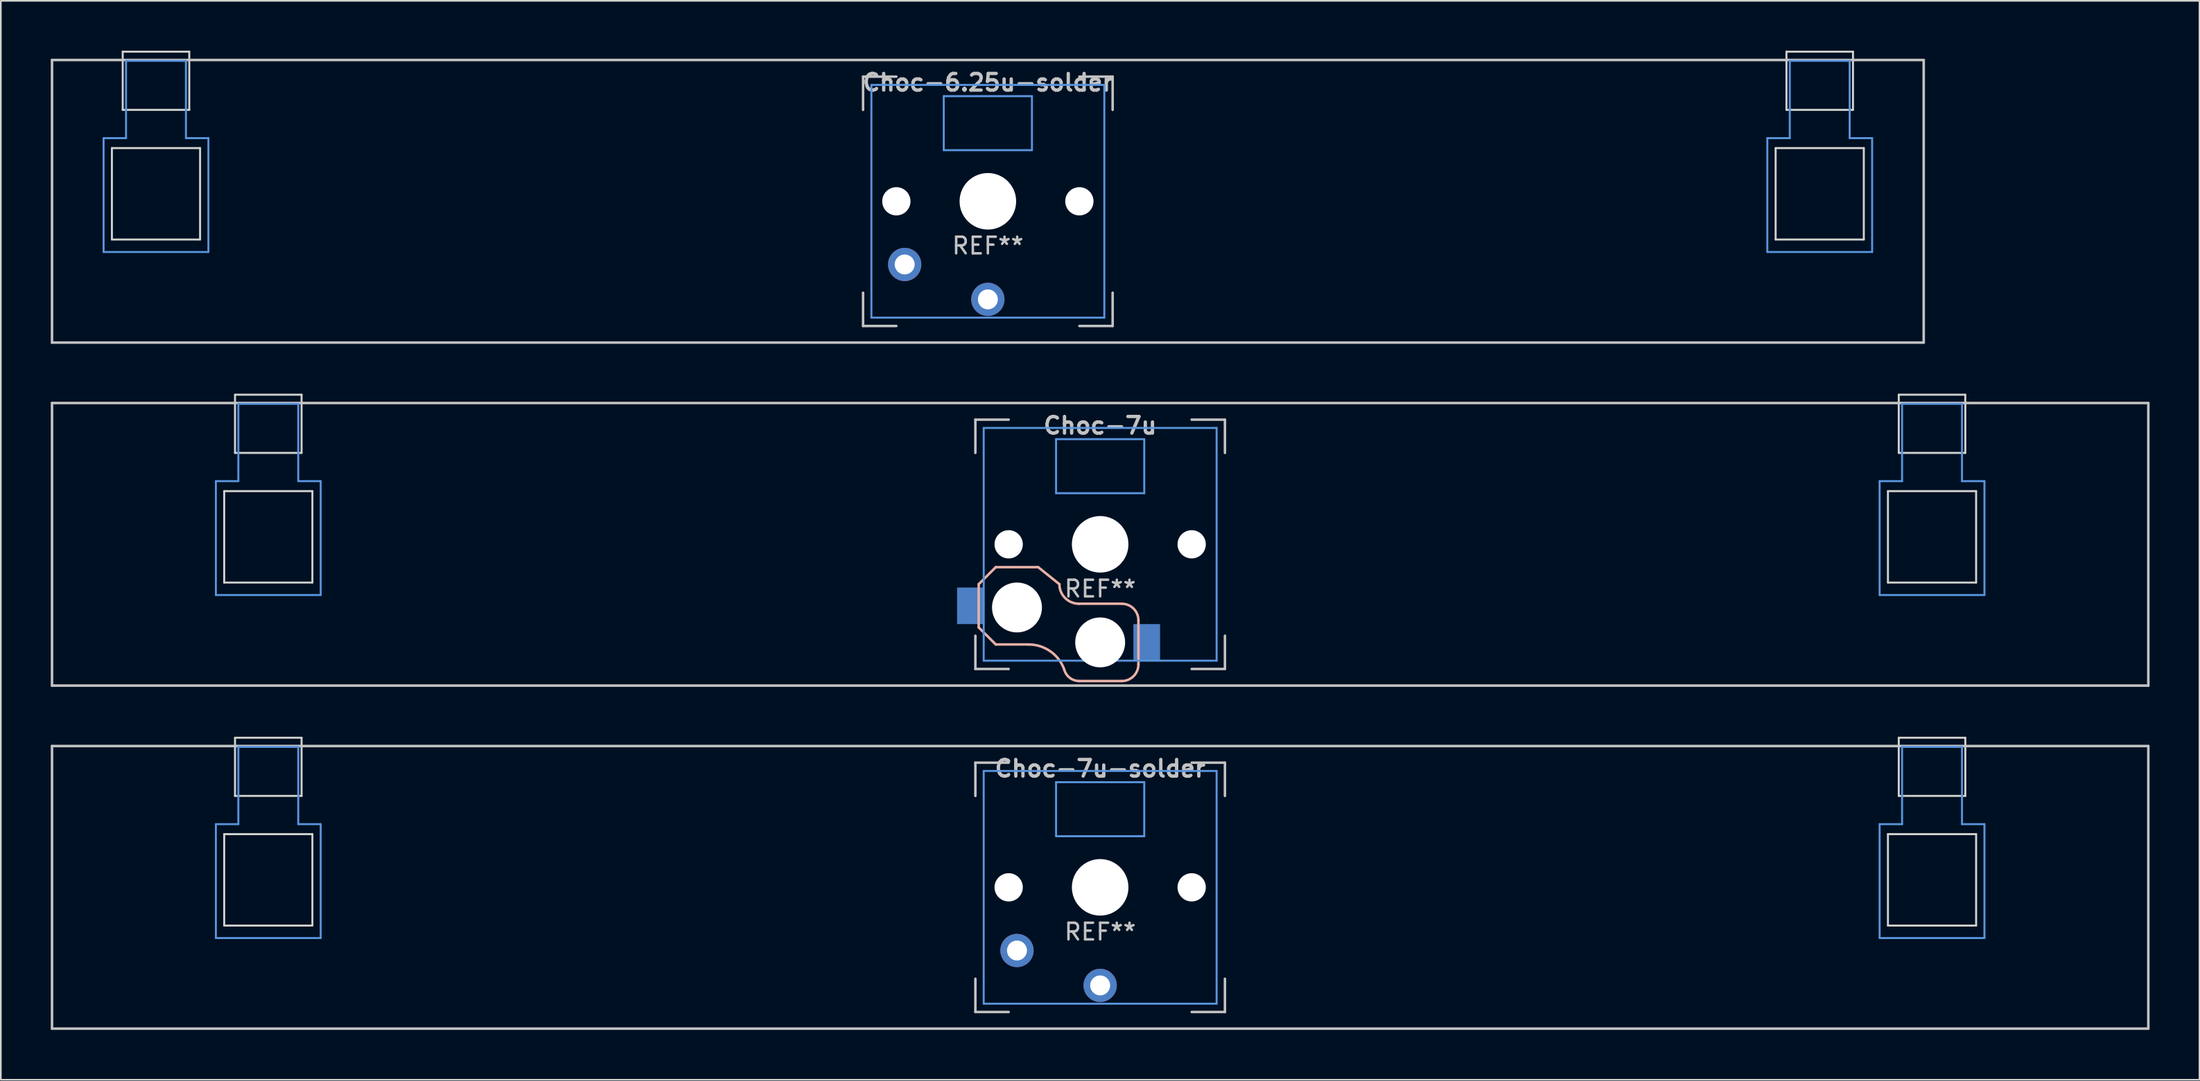
<source format=kicad_pcb>
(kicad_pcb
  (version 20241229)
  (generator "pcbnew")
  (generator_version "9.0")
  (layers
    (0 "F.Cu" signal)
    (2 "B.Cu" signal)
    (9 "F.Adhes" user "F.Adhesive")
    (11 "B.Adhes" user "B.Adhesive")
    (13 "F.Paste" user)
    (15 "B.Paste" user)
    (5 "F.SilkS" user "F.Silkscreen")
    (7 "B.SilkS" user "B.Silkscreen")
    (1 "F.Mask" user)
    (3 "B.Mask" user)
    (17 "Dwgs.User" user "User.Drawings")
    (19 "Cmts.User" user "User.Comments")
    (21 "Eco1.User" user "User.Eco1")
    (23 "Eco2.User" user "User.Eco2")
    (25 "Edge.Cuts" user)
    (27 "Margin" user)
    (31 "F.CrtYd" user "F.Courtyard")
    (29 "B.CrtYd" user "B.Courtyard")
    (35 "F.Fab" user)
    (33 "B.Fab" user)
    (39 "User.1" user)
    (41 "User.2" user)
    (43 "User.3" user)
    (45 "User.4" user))
  (footprint "Choc-6.25u-solder"
    (layer "F.Cu")
    (at 56.326 9.06)
    (property "Reference" "Choc-6.25u-solder" (at 0 -7.144 180) (layer "Dwgs.User") (effects (font (size 1 1) (thickness 0.2))))
    (attr through_hole)
    (fp_line (start -56.25 -8.5) (end 56.25 -8.5) (stroke (width 0.152) (type solid)) (layer "Dwgs.User"))
    (fp_line (start -56.25 8.5) (end -56.25 -8.5) (stroke (width 0.152) (type solid)) (layer "Dwgs.User"))
    (fp_line (start -7.5 -7.5) (end -7.5 -5.5) (stroke (width 0.15) (type solid)) (layer "Dwgs.User"))
    (fp_line (start -7.5 7.5) (end -7.5 5.5) (stroke (width 0.15) (type solid)) (layer "Dwgs.User"))
    (fp_line (start -5.5 -7.5) (end -7.5 -7.5) (stroke (width 0.15) (type solid)) (layer "Dwgs.User"))
    (fp_line (start -5.5 7.5) (end -7.5 7.5) (stroke (width 0.15) (type solid)) (layer "Dwgs.User"))
    (fp_line (start 5.5 -7.5) (end 7.5 -7.5) (stroke (width 0.15) (type solid)) (layer "Dwgs.User"))
    (fp_line (start 5.5 7.5) (end 7.5 7.5) (stroke (width 0.15) (type solid)) (layer "Dwgs.User"))
    (fp_line (start 7.5 -7.5) (end 7.5 -5.5) (stroke (width 0.15) (type solid)) (layer "Dwgs.User"))
    (fp_line (start 7.5 7.5) (end 7.5 5.5) (stroke (width 0.15) (type solid)) (layer "Dwgs.User"))
    (fp_line (start 56.25 -8.5) (end 56.25 8.5) (stroke (width 0.152) (type solid)) (layer "Dwgs.User"))
    (fp_line (start 56.25 8.5) (end -56.25 8.5) (stroke (width 0.152) (type solid)) (layer "Dwgs.User"))
    (fp_line (start -53.15 -3.8) (end -51.8 -3.8) (stroke (width 0.12) (type solid)) (layer "Cmts.User"))
    (fp_line (start -53.15 3.05) (end -53.15 -3.8) (stroke (width 0.12) (type solid)) (layer "Cmts.User"))
    (fp_line (start -53.15 3.05) (end -46.85 3.05) (stroke (width 0.12) (type solid)) (layer "Cmts.User"))
    (fp_line (start -51.8 -8.45) (end -51.8 -3.8) (stroke (width 0.12) (type solid)) (layer "Cmts.User"))
    (fp_line (start -51.8 -8.45) (end -48.2 -8.45) (stroke (width 0.12) (type solid)) (layer "Cmts.User"))
    (fp_line (start -48.2 -8.45) (end -48.2 -3.8) (stroke (width 0.12) (type solid)) (layer "Cmts.User"))
    (fp_line (start -48.2 -3.8) (end -46.85 -3.8) (stroke (width 0.12) (type solid)) (layer "Cmts.User"))
    (fp_line (start -46.85 3.05) (end -46.85 -3.8) (stroke (width 0.12) (type solid)) (layer "Cmts.User"))
    (fp_line (start -7 -7) (end -7 7) (stroke (width 0.12) (type solid)) (layer "Cmts.User"))
    (fp_line (start -7 7) (end 7 7) (stroke (width 0.12) (type solid)) (layer "Cmts.User"))
    (fp_line (start -2.65 -6.325) (end 2.65 -6.325) (stroke (width 0.12) (type solid)) (layer "Cmts.User"))
    (fp_line (start -2.65 -3.075) (end -2.65 -6.325) (stroke (width 0.12) (type solid)) (layer "Cmts.User"))
    (fp_line (start 2.65 -6.325) (end 2.65 -3.075) (stroke (width 0.12) (type solid)) (layer "Cmts.User"))
    (fp_line (start 2.65 -3.075) (end -2.65 -3.075) (stroke (width 0.12) (type solid)) (layer "Cmts.User"))
    (fp_line (start 7 -7) (end -7 -7) (stroke (width 0.12) (type solid)) (layer "Cmts.User"))
    (fp_line (start 7 7) (end 7 -7) (stroke (width 0.12) (type solid)) (layer "Cmts.User"))
    (fp_line (start 46.85 -3.8) (end 48.2 -3.8) (stroke (width 0.12) (type solid)) (layer "Cmts.User"))
    (fp_line (start 46.85 3.05) (end 46.85 -3.8) (stroke (width 0.12) (type solid)) (layer "Cmts.User"))
    (fp_line (start 46.85 3.05) (end 53.15 3.05) (stroke (width 0.12) (type solid)) (layer "Cmts.User"))
    (fp_line (start 48.2 -8.45) (end 48.2 -3.8) (stroke (width 0.12) (type solid)) (layer "Cmts.User"))
    (fp_line (start 48.2 -8.45) (end 51.8 -8.45) (stroke (width 0.12) (type solid)) (layer "Cmts.User"))
    (fp_line (start 51.8 -8.45) (end 51.8 -3.8) (stroke (width 0.12) (type solid)) (layer "Cmts.User"))
    (fp_line (start 51.8 -3.8) (end 53.15 -3.8) (stroke (width 0.12) (type solid)) (layer "Cmts.User"))
    (fp_line (start 53.15 3.05) (end 53.15 -3.8) (stroke (width 0.12) (type solid)) (layer "Cmts.User"))
    (fp_line (start -52.65 -3.2) (end -52.65 2.3) (stroke (width 0.12) (type solid)) (layer "Edge.Cuts"))
    (fp_line (start -52.65 -3.2) (end -47.35 -3.2) (stroke (width 0.12) (type solid)) (layer "Edge.Cuts"))
    (fp_line (start -52.65 2.3) (end -47.35 2.3) (stroke (width 0.12) (type solid)) (layer "Edge.Cuts"))
    (fp_line (start -52 -9) (end -52 -5.5) (stroke (width 0.12) (type solid)) (layer "Edge.Cuts"))
    (fp_line (start -52 -9) (end -48 -9) (stroke (width 0.12) (type solid)) (layer "Edge.Cuts"))
    (fp_line (start -52 -5.5) (end -48 -5.5) (stroke (width 0.12) (type solid)) (layer "Edge.Cuts"))
    (fp_line (start -48 -5.5) (end -48 -9) (stroke (width 0.12) (type solid)) (layer "Edge.Cuts"))
    (fp_line (start -47.35 2.3) (end -47.35 -3.2) (stroke (width 0.12) (type solid)) (layer "Edge.Cuts"))
    (fp_line (start 47.35 -3.2) (end 47.35 2.3) (stroke (width 0.12) (type solid)) (layer "Edge.Cuts"))
    (fp_line (start 47.35 -3.2) (end 52.65 -3.2) (stroke (width 0.12) (type solid)) (layer "Edge.Cuts"))
    (fp_line (start 47.35 2.3) (end 52.65 2.3) (stroke (width 0.12) (type solid)) (layer "Edge.Cuts"))
    (fp_line (start 48 -9) (end 48 -5.5) (stroke (width 0.12) (type solid)) (layer "Edge.Cuts"))
    (fp_line (start 48 -9) (end 52 -9) (stroke (width 0.12) (type solid)) (layer "Edge.Cuts"))
    (fp_line (start 48 -5.5) (end 52 -5.5) (stroke (width 0.12) (type solid)) (layer "Edge.Cuts"))
    (fp_line (start 52 -5.5) (end 52 -9) (stroke (width 0.12) (type solid)) (layer "Edge.Cuts"))
    (fp_line (start 52.65 2.3) (end 52.65 -3.2) (stroke (width 0.12) (type solid)) (layer "Edge.Cuts"))
    (fp_text user "REF**" (at 0 2.675 0) (layer "Dwgs.User") (effects (font (size 1 1) (thickness 0.15))))
    (pad "" np_thru_hole circle (at -5.5 0 180) (size 1.7 1.7) (drill 1.7) (layers "*.Cu" "*.Mask"))
    (pad "" np_thru_hole circle (at 0 0 90) (size 3.4 3.4) (drill 3.4) (layers "*.Cu" "*.Mask"))
    (pad "" np_thru_hole circle (at 5.5 0 180) (size 1.7 1.7) (drill 1.7) (layers "*.Cu" "*.Mask"))
    (pad "1" thru_hole circle (at 0 5.9 180) (size 2 2) (drill 1.2) (layers "*.Cu" "*.Mask"))
    (pad "2" thru_hole circle (at -5 3.8 41.9) (size 2 2) (drill 1.2) (layers "*.Cu" "*.Mask")))
  (footprint "Choc-7u-solder"
    (layer "F.Cu")
    (at 63.076 50.332)
    (property "Reference" "Choc-7u-solder" (at 0 -7.144 180) (layer "Dwgs.User") (effects (font (size 1 1) (thickness 0.2))))
    (attr through_hole)
    (fp_line (start -63 -8.5) (end 63 -8.5) (stroke (width 0.152) (type solid)) (layer "Dwgs.User"))
    (fp_line (start -63 8.5) (end -63 -8.5) (stroke (width 0.152) (type solid)) (layer "Dwgs.User"))
    (fp_line (start -7.5 -7.5) (end -7.5 -5.5) (stroke (width 0.15) (type solid)) (layer "Dwgs.User"))
    (fp_line (start -7.5 7.5) (end -7.5 5.5) (stroke (width 0.15) (type solid)) (layer "Dwgs.User"))
    (fp_line (start -5.5 -7.5) (end -7.5 -7.5) (stroke (width 0.15) (type solid)) (layer "Dwgs.User"))
    (fp_line (start -5.5 7.5) (end -7.5 7.5) (stroke (width 0.15) (type solid)) (layer "Dwgs.User"))
    (fp_line (start 5.5 -7.5) (end 7.5 -7.5) (stroke (width 0.15) (type solid)) (layer "Dwgs.User"))
    (fp_line (start 5.5 7.5) (end 7.5 7.5) (stroke (width 0.15) (type solid)) (layer "Dwgs.User"))
    (fp_line (start 7.5 -7.5) (end 7.5 -5.5) (stroke (width 0.15) (type solid)) (layer "Dwgs.User"))
    (fp_line (start 7.5 7.5) (end 7.5 5.5) (stroke (width 0.15) (type solid)) (layer "Dwgs.User"))
    (fp_line (start 63 -8.5) (end 63 8.5) (stroke (width 0.152) (type solid)) (layer "Dwgs.User"))
    (fp_line (start 63 8.5) (end -63 8.5) (stroke (width 0.152) (type solid)) (layer "Dwgs.User"))
    (fp_line (start -53.15 -3.8) (end -51.8 -3.8) (stroke (width 0.12) (type solid)) (layer "Cmts.User"))
    (fp_line (start -53.15 3.05) (end -53.15 -3.8) (stroke (width 0.12) (type solid)) (layer "Cmts.User"))
    (fp_line (start -53.15 3.05) (end -46.85 3.05) (stroke (width 0.12) (type solid)) (layer "Cmts.User"))
    (fp_line (start -51.8 -8.45) (end -51.8 -3.8) (stroke (width 0.12) (type solid)) (layer "Cmts.User"))
    (fp_line (start -51.8 -8.45) (end -48.2 -8.45) (stroke (width 0.12) (type solid)) (layer "Cmts.User"))
    (fp_line (start -48.2 -8.45) (end -48.2 -3.8) (stroke (width 0.12) (type solid)) (layer "Cmts.User"))
    (fp_line (start -48.2 -3.8) (end -46.85 -3.8) (stroke (width 0.12) (type solid)) (layer "Cmts.User"))
    (fp_line (start -46.85 3.05) (end -46.85 -3.8) (stroke (width 0.12) (type solid)) (layer "Cmts.User"))
    (fp_line (start -7 -7) (end -7 7) (stroke (width 0.12) (type solid)) (layer "Cmts.User"))
    (fp_line (start -7 7) (end 7 7) (stroke (width 0.12) (type solid)) (layer "Cmts.User"))
    (fp_line (start -2.65 -6.325) (end 2.65 -6.325) (stroke (width 0.12) (type solid)) (layer "Cmts.User"))
    (fp_line (start -2.65 -3.075) (end -2.65 -6.325) (stroke (width 0.12) (type solid)) (layer "Cmts.User"))
    (fp_line (start 2.65 -6.325) (end 2.65 -3.075) (stroke (width 0.12) (type solid)) (layer "Cmts.User"))
    (fp_line (start 2.65 -3.075) (end -2.65 -3.075) (stroke (width 0.12) (type solid)) (layer "Cmts.User"))
    (fp_line (start 7 -7) (end -7 -7) (stroke (width 0.12) (type solid)) (layer "Cmts.User"))
    (fp_line (start 7 7) (end 7 -7) (stroke (width 0.12) (type solid)) (layer "Cmts.User"))
    (fp_line (start 46.85 -3.8) (end 48.2 -3.8) (stroke (width 0.12) (type solid)) (layer "Cmts.User"))
    (fp_line (start 46.85 3.05) (end 46.85 -3.8) (stroke (width 0.12) (type solid)) (layer "Cmts.User"))
    (fp_line (start 46.85 3.05) (end 53.15 3.05) (stroke (width 0.12) (type solid)) (layer "Cmts.User"))
    (fp_line (start 48.2 -8.45) (end 48.2 -3.8) (stroke (width 0.12) (type solid)) (layer "Cmts.User"))
    (fp_line (start 48.2 -8.45) (end 51.8 -8.45) (stroke (width 0.12) (type solid)) (layer "Cmts.User"))
    (fp_line (start 51.8 -8.45) (end 51.8 -3.8) (stroke (width 0.12) (type solid)) (layer "Cmts.User"))
    (fp_line (start 51.8 -3.8) (end 53.15 -3.8) (stroke (width 0.12) (type solid)) (layer "Cmts.User"))
    (fp_line (start 53.15 3.05) (end 53.15 -3.8) (stroke (width 0.12) (type solid)) (layer "Cmts.User"))
    (fp_line (start -52.65 -3.2) (end -52.65 2.3) (stroke (width 0.12) (type solid)) (layer "Edge.Cuts"))
    (fp_line (start -52.65 -3.2) (end -47.35 -3.2) (stroke (width 0.12) (type solid)) (layer "Edge.Cuts"))
    (fp_line (start -52.65 2.3) (end -47.35 2.3) (stroke (width 0.12) (type solid)) (layer "Edge.Cuts"))
    (fp_line (start -52 -9) (end -52 -5.5) (stroke (width 0.12) (type solid)) (layer "Edge.Cuts"))
    (fp_line (start -52 -9) (end -48 -9) (stroke (width 0.12) (type solid)) (layer "Edge.Cuts"))
    (fp_line (start -52 -5.5) (end -48 -5.5) (stroke (width 0.12) (type solid)) (layer "Edge.Cuts"))
    (fp_line (start -48 -5.5) (end -48 -9) (stroke (width 0.12) (type solid)) (layer "Edge.Cuts"))
    (fp_line (start -47.35 2.3) (end -47.35 -3.2) (stroke (width 0.12) (type solid)) (layer "Edge.Cuts"))
    (fp_line (start 47.35 -3.2) (end 47.35 2.3) (stroke (width 0.12) (type solid)) (layer "Edge.Cuts"))
    (fp_line (start 47.35 -3.2) (end 52.65 -3.2) (stroke (width 0.12) (type solid)) (layer "Edge.Cuts"))
    (fp_line (start 47.35 2.3) (end 52.65 2.3) (stroke (width 0.12) (type solid)) (layer "Edge.Cuts"))
    (fp_line (start 48 -9) (end 48 -5.5) (stroke (width 0.12) (type solid)) (layer "Edge.Cuts"))
    (fp_line (start 48 -9) (end 52 -9) (stroke (width 0.12) (type solid)) (layer "Edge.Cuts"))
    (fp_line (start 48 -5.5) (end 52 -5.5) (stroke (width 0.12) (type solid)) (layer "Edge.Cuts"))
    (fp_line (start 52 -5.5) (end 52 -9) (stroke (width 0.12) (type solid)) (layer "Edge.Cuts"))
    (fp_line (start 52.65 2.3) (end 52.65 -3.2) (stroke (width 0.12) (type solid)) (layer "Edge.Cuts"))
    (fp_text user "REF**" (at 0 2.675 0) (layer "Dwgs.User") (effects (font (size 1 1) (thickness 0.15))))
    (pad "" np_thru_hole circle (at -5.5 0 180) (size 1.7 1.7) (drill 1.7) (layers "*.Cu" "*.Mask"))
    (pad "" np_thru_hole circle (at 0 0 90) (size 3.4 3.4) (drill 3.4) (layers "*.Cu" "*.Mask"))
    (pad "" np_thru_hole circle (at 5.5 0 180) (size 1.7 1.7) (drill 1.7) (layers "*.Cu" "*.Mask"))
    (pad "1" thru_hole circle (at 0 5.9 180) (size 2 2) (drill 1.2) (layers "*.Cu" "*.Mask"))
    (pad "2" thru_hole circle (at -5 3.8 41.9) (size 2 2) (drill 1.2) (layers "*.Cu" "*.Mask")))
  (footprint "Choc-7u"
    (layer "F.Cu")
    (at 63.076 29.696)
    (property "Reference" "Choc-7u" (at 0 -7.144 180) (layer "Dwgs.User") (effects (font (size 1 1) (thickness 0.2))))
    (attr through_hole)
    (fp_line (start -7.3 2.4) (end -7.3 5) (stroke (width 0.15) (type solid)) (layer "B.SilkS"))
    (fp_line (start -7.3 2.4) (end -6.275 1.375) (stroke (width 0.15) (type solid)) (layer "B.SilkS"))
    (fp_line (start -7.3 5) (end -6.275 6.025) (stroke (width 0.15) (type solid)) (layer "B.SilkS"))
    (fp_line (start -4.3 6.025) (end -6.275 6.025) (stroke (width 0.15) (type solid)) (layer "B.SilkS"))
    (fp_line (start -3.725 1.375) (end -6.275 1.375) (stroke (width 0.15) (type solid)) (layer "B.SilkS"))
    (fp_line (start -3.725 1.375) (end -2.45 2.4) (stroke (width 0.15) (type solid)) (layer "B.SilkS"))
    (fp_line (start 1.3 3.575) (end -1.275 3.575) (stroke (width 0.15) (type solid)) (layer "B.SilkS"))
    (fp_line (start 1.3 8.225) (end -1.3 8.225) (stroke (width 0.15) (type solid)) (layer "B.SilkS"))
    (fp_line (start 2.3 4.575) (end 2.3 7.225) (stroke (width 0.15) (type solid)) (layer "B.SilkS"))
    (fp_arc (start -4.3 6.025) (mid -2.995114 6.436429) (end -2.162199 7.521904) (stroke (width 0.15) (type solid)) (layer "B.SilkS"))
    (fp_arc (start -1.300995 8.223791) (mid -1.848284 8.016021) (end -2.162199 7.521904) (stroke (width 0.15) (type solid)) (layer "B.SilkS"))
    (fp_arc (start -1.275 3.575) (mid -2.10585 3.23085) (end -2.45 2.4) (stroke (width 0.15) (type solid)) (layer "B.SilkS"))
    (fp_arc (start 1.3 3.575) (mid 2.007107 3.867893) (end 2.3 4.575) (stroke (width 0.15) (type solid)) (layer "B.SilkS"))
    (fp_arc (start 2.3 7.225) (mid 2.007107 7.932107) (end 1.3 8.225) (stroke (width 0.15) (type solid)) (layer "B.SilkS"))
    (fp_line (start -63 -8.5) (end 63 -8.5) (stroke (width 0.152) (type solid)) (layer "Dwgs.User"))
    (fp_line (start -63 8.5) (end -63 -8.5) (stroke (width 0.152) (type solid)) (layer "Dwgs.User"))
    (fp_line (start -7.5 -7.5) (end -7.5 -5.5) (stroke (width 0.15) (type solid)) (layer "Dwgs.User"))
    (fp_line (start -7.5 7.5) (end -7.5 5.5) (stroke (width 0.15) (type solid)) (layer "Dwgs.User"))
    (fp_line (start -5.5 -7.5) (end -7.5 -7.5) (stroke (width 0.15) (type solid)) (layer "Dwgs.User"))
    (fp_line (start -5.5 7.5) (end -7.5 7.5) (stroke (width 0.15) (type solid)) (layer "Dwgs.User"))
    (fp_line (start 5.5 -7.5) (end 7.5 -7.5) (stroke (width 0.15) (type solid)) (layer "Dwgs.User"))
    (fp_line (start 5.5 7.5) (end 7.5 7.5) (stroke (width 0.15) (type solid)) (layer "Dwgs.User"))
    (fp_line (start 7.5 -7.5) (end 7.5 -5.5) (stroke (width 0.15) (type solid)) (layer "Dwgs.User"))
    (fp_line (start 7.5 7.5) (end 7.5 5.5) (stroke (width 0.15) (type solid)) (layer "Dwgs.User"))
    (fp_line (start 63 -8.5) (end 63 8.5) (stroke (width 0.152) (type solid)) (layer "Dwgs.User"))
    (fp_line (start 63 8.5) (end -63 8.5) (stroke (width 0.152) (type solid)) (layer "Dwgs.User"))
    (fp_line (start -53.15 -3.8) (end -51.8 -3.8) (stroke (width 0.12) (type solid)) (layer "Cmts.User"))
    (fp_line (start -53.15 3.05) (end -53.15 -3.8) (stroke (width 0.12) (type solid)) (layer "Cmts.User"))
    (fp_line (start -53.15 3.05) (end -46.85 3.05) (stroke (width 0.12) (type solid)) (layer "Cmts.User"))
    (fp_line (start -51.8 -8.45) (end -51.8 -3.8) (stroke (width 0.12) (type solid)) (layer "Cmts.User"))
    (fp_line (start -51.8 -8.45) (end -48.2 -8.45) (stroke (width 0.12) (type solid)) (layer "Cmts.User"))
    (fp_line (start -48.2 -8.45) (end -48.2 -3.8) (stroke (width 0.12) (type solid)) (layer "Cmts.User"))
    (fp_line (start -48.2 -3.8) (end -46.85 -3.8) (stroke (width 0.12) (type solid)) (layer "Cmts.User"))
    (fp_line (start -46.85 3.05) (end -46.85 -3.8) (stroke (width 0.12) (type solid)) (layer "Cmts.User"))
    (fp_line (start -7 -7) (end -7 7) (stroke (width 0.12) (type solid)) (layer "Cmts.User"))
    (fp_line (start -7 7) (end 7 7) (stroke (width 0.12) (type solid)) (layer "Cmts.User"))
    (fp_line (start -2.65 -6.325) (end 2.65 -6.325) (stroke (width 0.12) (type solid)) (layer "Cmts.User"))
    (fp_line (start -2.65 -3.075) (end -2.65 -6.325) (stroke (width 0.12) (type solid)) (layer "Cmts.User"))
    (fp_line (start 2.65 -6.325) (end 2.65 -3.075) (stroke (width 0.12) (type solid)) (layer "Cmts.User"))
    (fp_line (start 2.65 -3.075) (end -2.65 -3.075) (stroke (width 0.12) (type solid)) (layer "Cmts.User"))
    (fp_line (start 7 -7) (end -7 -7) (stroke (width 0.12) (type solid)) (layer "Cmts.User"))
    (fp_line (start 7 7) (end 7 -7) (stroke (width 0.12) (type solid)) (layer "Cmts.User"))
    (fp_line (start 46.85 -3.8) (end 48.2 -3.8) (stroke (width 0.12) (type solid)) (layer "Cmts.User"))
    (fp_line (start 46.85 3.05) (end 46.85 -3.8) (stroke (width 0.12) (type solid)) (layer "Cmts.User"))
    (fp_line (start 46.85 3.05) (end 53.15 3.05) (stroke (width 0.12) (type solid)) (layer "Cmts.User"))
    (fp_line (start 48.2 -8.45) (end 48.2 -3.8) (stroke (width 0.12) (type solid)) (layer "Cmts.User"))
    (fp_line (start 48.2 -8.45) (end 51.8 -8.45) (stroke (width 0.12) (type solid)) (layer "Cmts.User"))
    (fp_line (start 51.8 -8.45) (end 51.8 -3.8) (stroke (width 0.12) (type solid)) (layer "Cmts.User"))
    (fp_line (start 51.8 -3.8) (end 53.15 -3.8) (stroke (width 0.12) (type solid)) (layer "Cmts.User"))
    (fp_line (start 53.15 3.05) (end 53.15 -3.8) (stroke (width 0.12) (type solid)) (layer "Cmts.User"))
    (fp_line (start -52.65 -3.2) (end -52.65 2.3) (stroke (width 0.12) (type solid)) (layer "Edge.Cuts"))
    (fp_line (start -52.65 -3.2) (end -47.35 -3.2) (stroke (width 0.12) (type solid)) (layer "Edge.Cuts"))
    (fp_line (start -52.65 2.3) (end -47.35 2.3) (stroke (width 0.12) (type solid)) (layer "Edge.Cuts"))
    (fp_line (start -52 -9) (end -52 -5.5) (stroke (width 0.12) (type solid)) (layer "Edge.Cuts"))
    (fp_line (start -52 -9) (end -48 -9) (stroke (width 0.12) (type solid)) (layer "Edge.Cuts"))
    (fp_line (start -52 -5.5) (end -48 -5.5) (stroke (width 0.12) (type solid)) (layer "Edge.Cuts"))
    (fp_line (start -48 -5.5) (end -48 -9) (stroke (width 0.12) (type solid)) (layer "Edge.Cuts"))
    (fp_line (start -47.35 2.3) (end -47.35 -3.2) (stroke (width 0.12) (type solid)) (layer "Edge.Cuts"))
    (fp_line (start 47.35 -3.2) (end 47.35 2.3) (stroke (width 0.12) (type solid)) (layer "Edge.Cuts"))
    (fp_line (start 47.35 -3.2) (end 52.65 -3.2) (stroke (width 0.12) (type solid)) (layer "Edge.Cuts"))
    (fp_line (start 47.35 2.3) (end 52.65 2.3) (stroke (width 0.12) (type solid)) (layer "Edge.Cuts"))
    (fp_line (start 48 -9) (end 48 -5.5) (stroke (width 0.12) (type solid)) (layer "Edge.Cuts"))
    (fp_line (start 48 -9) (end 52 -9) (stroke (width 0.12) (type solid)) (layer "Edge.Cuts"))
    (fp_line (start 48 -5.5) (end 52 -5.5) (stroke (width 0.12) (type solid)) (layer "Edge.Cuts"))
    (fp_line (start 52 -5.5) (end 52 -9) (stroke (width 0.12) (type solid)) (layer "Edge.Cuts"))
    (fp_line (start 52.65 2.3) (end 52.65 -3.2) (stroke (width 0.12) (type solid)) (layer "Edge.Cuts"))
    (fp_text user "REF**" (at 0 2.675 0) (layer "Dwgs.User") (effects (font (size 1 1) (thickness 0.15))))
    (pad "" np_thru_hole circle (at -5.5 0 180) (size 1.7 1.7) (drill 1.7) (layers "*.Cu" "*.Mask"))
    (pad "" np_thru_hole circle (at -5 3.8 90) (size 3 3) (drill 3) (layers "*.Cu" "*.Mask"))
    (pad "" np_thru_hole circle (at 0 0 90) (size 3.4 3.4) (drill 3.4) (layers "*.Cu" "*.Mask"))
    (pad "" np_thru_hole circle (at 0 5.9 90) (size 3 3) (drill 3) (layers "*.Cu" "*.Mask"))
    (pad "" np_thru_hole circle (at 5.5 0 180) (size 1.7 1.7) (drill 1.7) (layers "*.Cu" "*.Mask"))
    (pad "1" smd rect (at -7.8 3.7 180) (size 1.6 2.2) (layers "B.Cu" "B.Mask" "B.Paste"))
    (pad "2" smd rect (at 2.8 5.9 180) (size 1.6 2.2) (layers "B.Cu" "B.Mask" "B.Paste")))
  (gr_rect
    (start -3 -3)
    (end 129.152 61.909)
    (stroke (width 0.1) (type default))
    (fill no)
    (layer "Edge.Cuts")))
</source>
